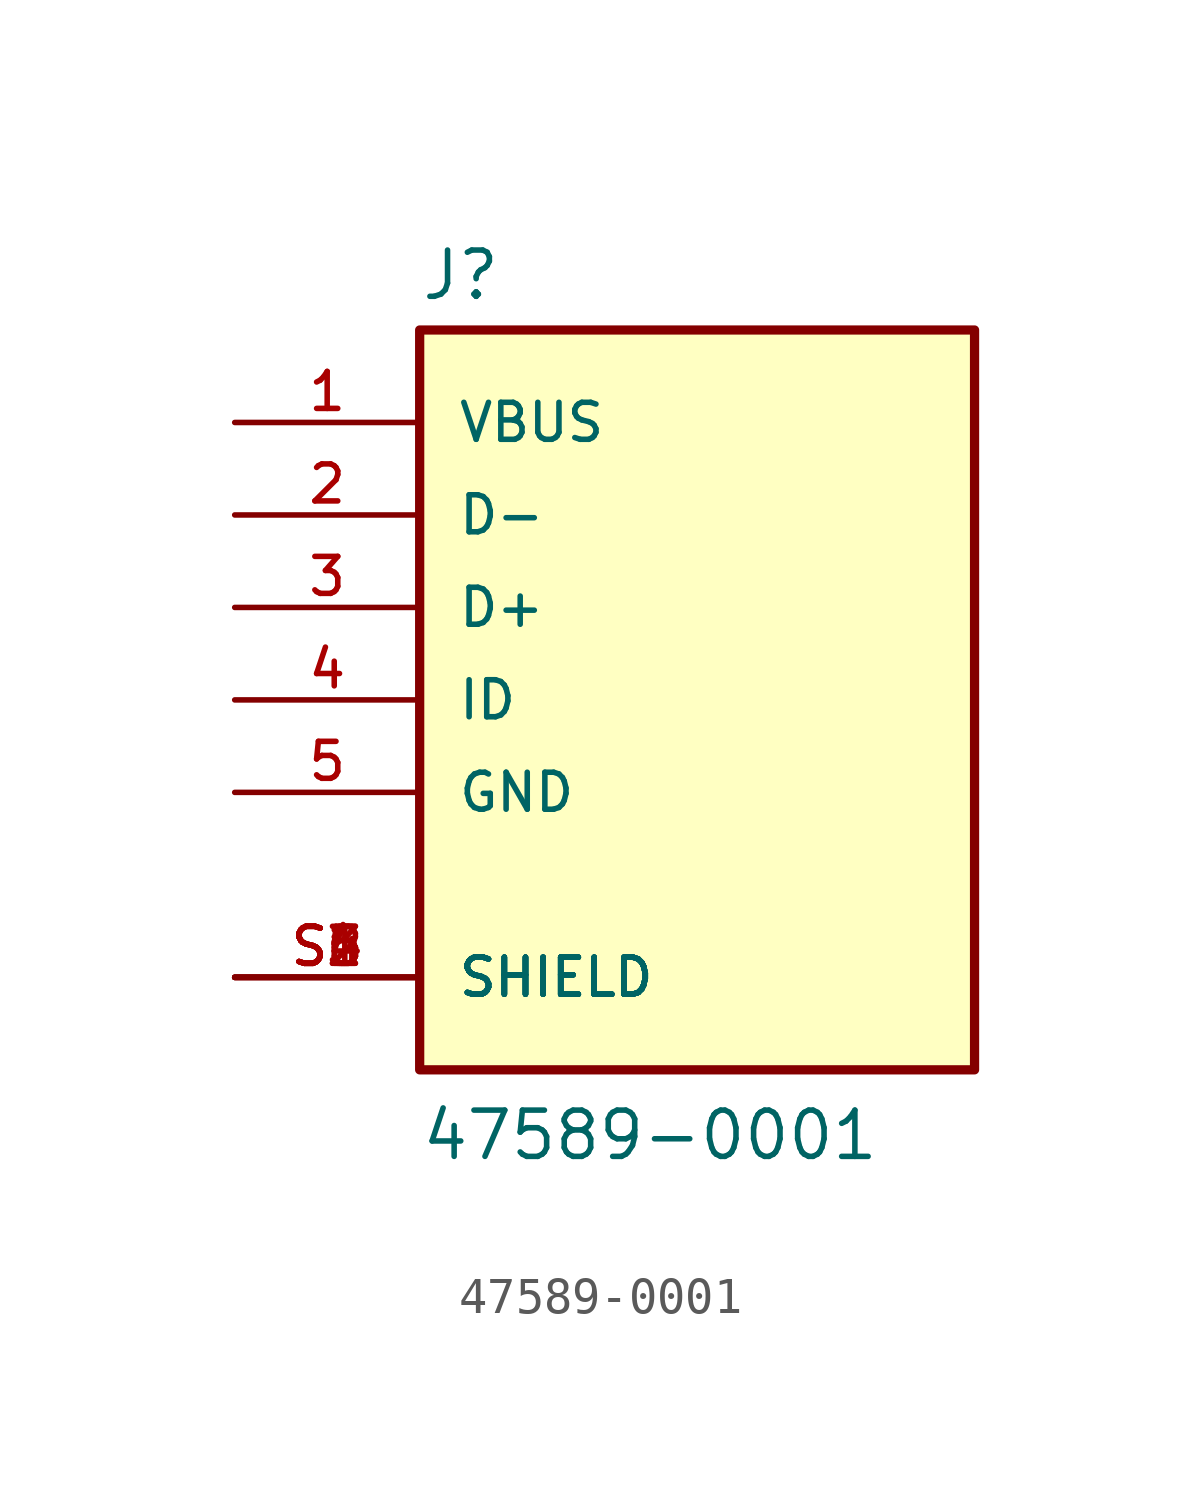
<source format=kicad_sym>
(kicad_symbol_lib
  (version 20211014)
  (generator kicad_symbol_editor)
  (symbol "47589-0001"
    (pin_names
      (offset 1.016))
    (property "Reference" "J"
      (at -7.62 10.922 0)
      (effects (font (size 1.27 1.27)) (justify bottom left)))
    (property "Value" "47589-0001"
      (at -7.62 -12.7 0)
      (effects (font (size 1.27 1.27)) (justify bottom left)))
    (symbol "47589-0001_0_0"
      (rectangle (start -7.62 -10.16) (end 7.62 10.16) (stroke (width 0.254)) (fill (type background)))
      (pin passive line (at -12.7 7.62 0) (length 5.08) (name "VBUS" (effects (font (size 1.016 1.016)))) (number "1" (effects (font (size 1.016 1.016)))))
      (pin passive line (at -12.7 5.08 0) (length 5.08) (name "D-" (effects (font (size 1.016 1.016)))) (number "2" (effects (font (size 1.016 1.016)))))
      (pin passive line (at -12.7 2.54 0) (length 5.08) (name "D+" (effects (font (size 1.016 1.016)))) (number "3" (effects (font (size 1.016 1.016)))))
      (pin passive line (at -12.7 0.0 0) (length 5.08) (name "ID" (effects (font (size 1.016 1.016)))) (number "4" (effects (font (size 1.016 1.016)))))
      (pin passive line (at -12.7 -2.54 0) (length 5.08) (name "GND" (effects (font (size 1.016 1.016)))) (number "5" (effects (font (size 1.016 1.016)))))
      (pin passive line (at -12.7 -7.62 0) (length 5.08) (name "SHIELD" (effects (font (size 1.016 1.016)))) (number "S1" (effects (font (size 1.016 1.016)))))
      (pin passive line (at -12.7 -7.62 0) (length 5.08) (name "SHIELD" (effects (font (size 1.016 1.016)))) (number "S2" (effects (font (size 1.016 1.016)))))
      (pin passive line (at -12.7 -7.62 0) (length 5.08) (name "SHIELD" (effects (font (size 1.016 1.016)))) (number "S3" (effects (font (size 1.016 1.016)))))
      (pin passive line (at -12.7 -7.62 0) (length 5.08) (name "SHIELD" (effects (font (size 1.016 1.016)))) (number "S4" (effects (font (size 1.016 1.016)))))
      (pin passive line (at -12.7 -7.62 0) (length 5.08) (name "SHIELD" (effects (font (size 1.016 1.016)))) (number "S5" (effects (font (size 1.016 1.016)))))
      (pin passive line (at -12.7 -7.62 0) (length 5.08) (name "SHIELD" (effects (font (size 1.016 1.016)))) (number "S6" (effects (font (size 1.016 1.016))))))))
</source>
